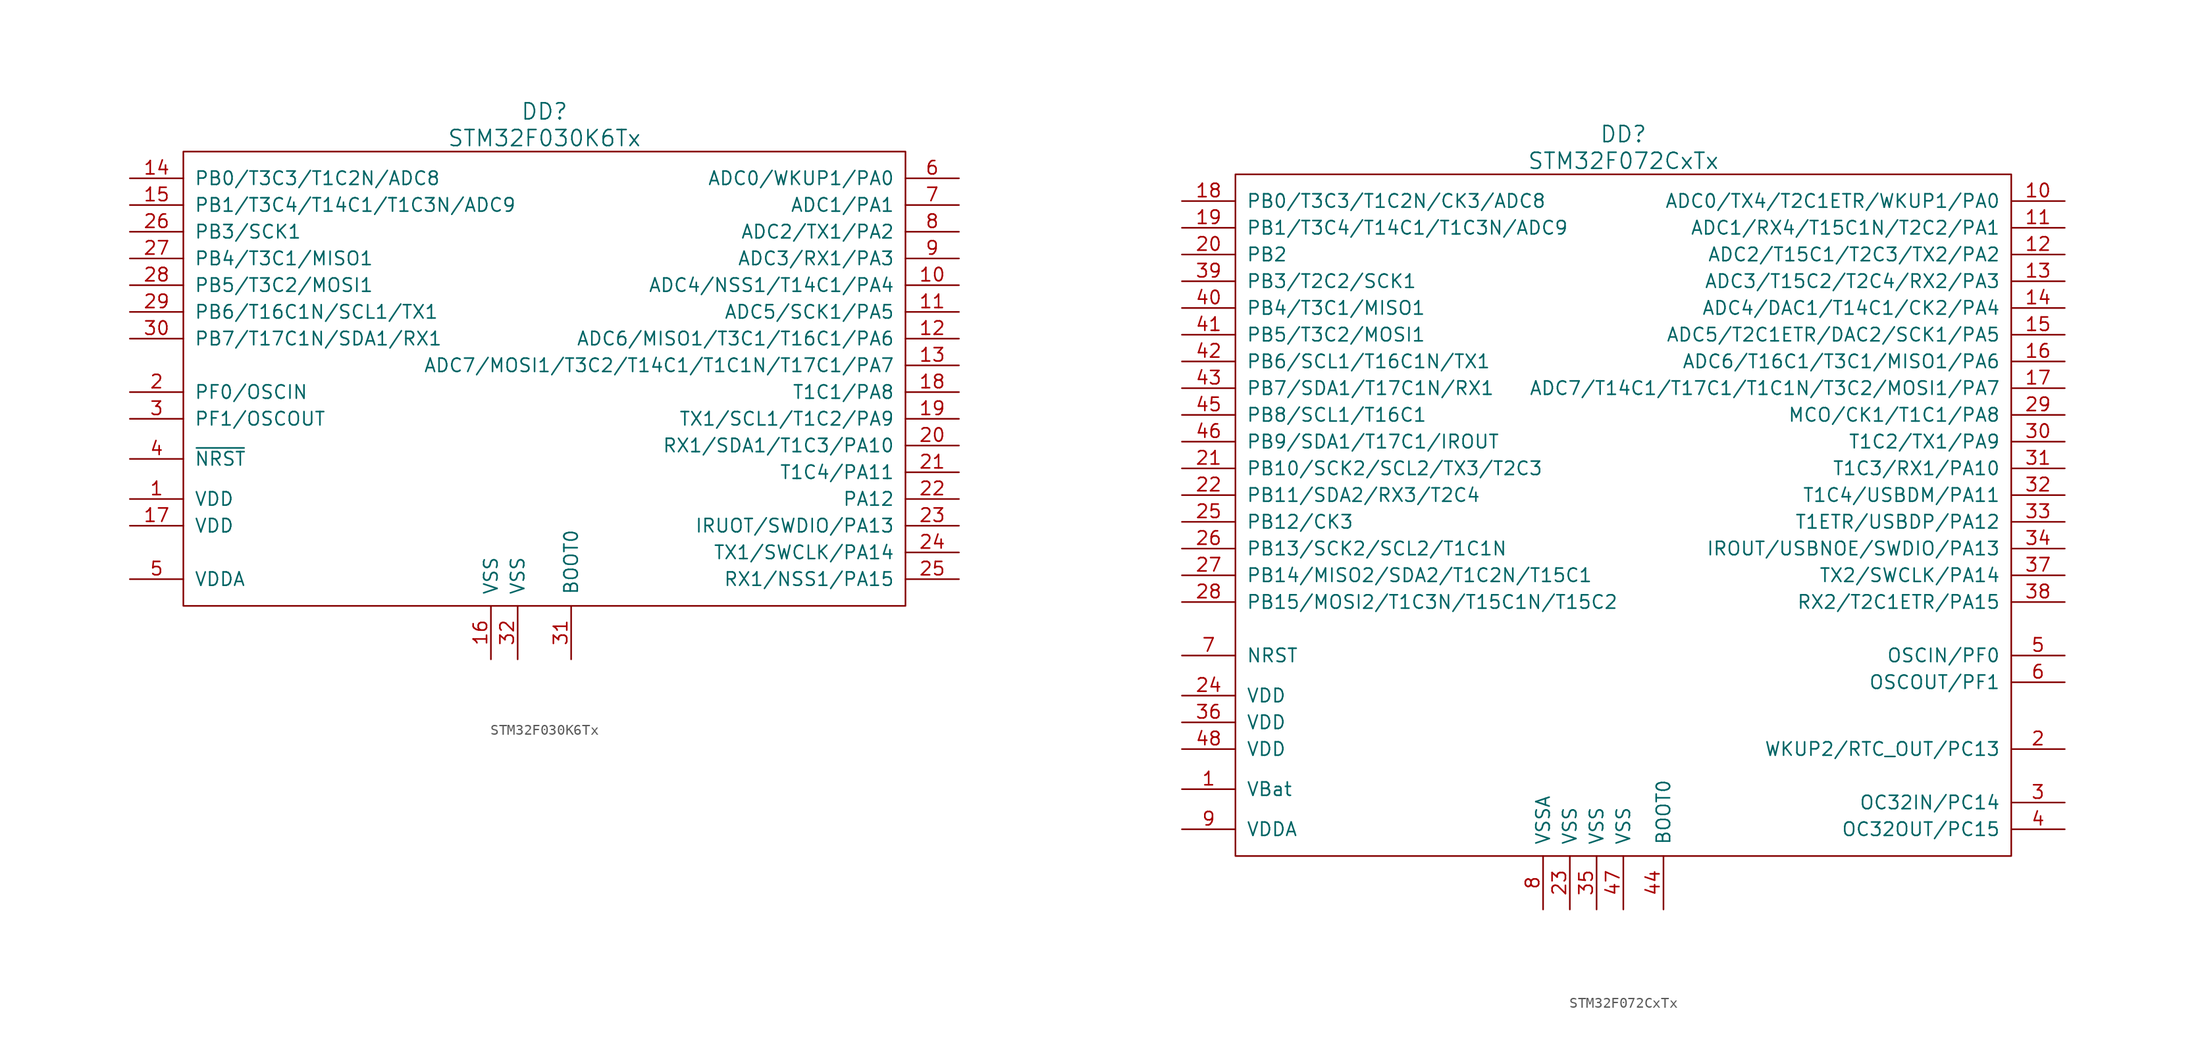
<source format=kicad_sym>
(kicad_symbol_lib
  (version 20220914)
  (generator kicad_symbol_editor)
  (symbol "STM32F030K6Tx"
    (pin_names
      (offset 1.016))
    (property "Reference" "DD"
      (at 0 25.4 0)
      (effects (font (size 1.524 1.524))))
    (property "Value" "STM32F030K6Tx"
      (at 0 22.86 0)
      (effects (font (size 1.524 1.524))))
    (property "Datasheet" ""
      (at 0 -20.32 0)
      (effects (font (size 1.524 1.524))))
    (symbol "STM32F030K6Tx_0_1"
      (rectangle (start -34.29 21.59) (end 34.29 -21.59) (stroke (width 0) (type solid)) (fill (type none))))
    (symbol "STM32F030K6Tx_1_1"
      (pin power_in line (at -39.37 -11.43 0) (length 5.08) (name "VDD" (effects (font (size 1.27 1.27)))) (number "1" (effects (font (size 1.27 1.27)))))
      (pin passive line (at 39.37 8.89 180) (length 5.08) (name "ADC4/NSS1/T14C1/PA4" (effects (font (size 1.27 1.27)))) (number "10" (effects (font (size 1.27 1.27)))))
      (pin passive line (at 39.37 6.35 180) (length 5.08) (name "ADC5/SCK1/PA5" (effects (font (size 1.27 1.27)))) (number "11" (effects (font (size 1.27 1.27)))))
      (pin passive line (at 39.37 3.81 180) (length 5.08) (name "ADC6/MISO1/T3C1/T16C1/PA6" (effects (font (size 1.27 1.27)))) (number "12" (effects (font (size 1.27 1.27)))))
      (pin passive line (at 39.37 1.27 180) (length 5.08) (name "ADC7/MOSI1/T3C2/T14C1/T1C1N/T17C1/PA7" (effects (font (size 1.27 1.27)))) (number "13" (effects (font (size 1.27 1.27)))))
      (pin passive line (at -39.37 19.05 0) (length 5.08) (name "PB0/T3C3/T1C2N/ADC8" (effects (font (size 1.27 1.27)))) (number "14" (effects (font (size 1.27 1.27)))))
      (pin passive line (at -39.37 16.51 0) (length 5.08) (name "PB1/T3C4/T14C1/T1C3N/ADC9" (effects (font (size 1.27 1.27)))) (number "15" (effects (font (size 1.27 1.27)))))
      (pin power_in line (at -5.08 -26.67 90) (length 5.08) (name "VSS" (effects (font (size 1.27 1.27)))) (number "16" (effects (font (size 1.27 1.27)))))
      (pin power_in line (at -39.37 -13.97 0) (length 5.08) (name "VDD" (effects (font (size 1.27 1.27)))) (number "17" (effects (font (size 1.27 1.27)))))
      (pin passive line (at 39.37 -1.27 180) (length 5.08) (name "T1C1/PA8" (effects (font (size 1.27 1.27)))) (number "18" (effects (font (size 1.27 1.27)))))
      (pin passive line (at 39.37 -3.81 180) (length 5.08) (name "TX1/SCL1/T1C2/PA9" (effects (font (size 1.27 1.27)))) (number "19" (effects (font (size 1.27 1.27)))))
      (pin passive line (at -39.37 -1.27 0) (length 5.08) (name "PF0/OSCIN" (effects (font (size 1.27 1.27)))) (number "2" (effects (font (size 1.27 1.27)))))
      (pin passive line (at 39.37 -6.35 180) (length 5.08) (name "RX1/SDA1/T1C3/PA10" (effects (font (size 1.27 1.27)))) (number "20" (effects (font (size 1.27 1.27)))))
      (pin passive line (at 39.37 -8.89 180) (length 5.08) (name "T1C4/PA11" (effects (font (size 1.27 1.27)))) (number "21" (effects (font (size 1.27 1.27)))))
      (pin passive line (at 39.37 -11.43 180) (length 5.08) (name "PA12" (effects (font (size 1.27 1.27)))) (number "22" (effects (font (size 1.27 1.27)))))
      (pin passive line (at 39.37 -13.97 180) (length 5.08) (name "IRUOT/SWDIO/PA13" (effects (font (size 1.27 1.27)))) (number "23" (effects (font (size 1.27 1.27)))))
      (pin passive line (at 39.37 -16.51 180) (length 5.08) (name "TX1/SWCLK/PA14" (effects (font (size 1.27 1.27)))) (number "24" (effects (font (size 1.27 1.27)))))
      (pin passive line (at 39.37 -19.05 180) (length 5.08) (name "RX1/NSS1/PA15" (effects (font (size 1.27 1.27)))) (number "25" (effects (font (size 1.27 1.27)))))
      (pin passive line (at -39.37 13.97 0) (length 5.08) (name "PB3/SCK1" (effects (font (size 1.27 1.27)))) (number "26" (effects (font (size 1.27 1.27)))))
      (pin passive line (at -39.37 11.43 0) (length 5.08) (name "PB4/T3C1/MISO1" (effects (font (size 1.27 1.27)))) (number "27" (effects (font (size 1.27 1.27)))))
      (pin passive line (at -39.37 8.89 0) (length 5.08) (name "PB5/T3C2/MOSI1" (effects (font (size 1.27 1.27)))) (number "28" (effects (font (size 1.27 1.27)))))
      (pin passive line (at -39.37 6.35 0) (length 5.08) (name "PB6/T16C1N/SCL1/TX1" (effects (font (size 1.27 1.27)))) (number "29" (effects (font (size 1.27 1.27)))))
      (pin passive line (at -39.37 -3.81 0) (length 5.08) (name "PF1/OSCOUT" (effects (font (size 1.27 1.27)))) (number "3" (effects (font (size 1.27 1.27)))))
      (pin passive line (at -39.37 3.81 0) (length 5.08) (name "PB7/T17C1N/SDA1/RX1" (effects (font (size 1.27 1.27)))) (number "30" (effects (font (size 1.27 1.27)))))
      (pin passive line (at 2.54 -26.67 90) (length 5.08) (name "BOOT0" (effects (font (size 1.27 1.27)))) (number "31" (effects (font (size 1.27 1.27)))))
      (pin power_in line (at -2.54 -26.67 90) (length 5.08) (name "VSS" (effects (font (size 1.27 1.27)))) (number "32" (effects (font (size 1.27 1.27)))))
      (pin passive line (at -39.37 -7.62 0) (length 5.08) (name "~{NRST}" (effects (font (size 1.27 1.27)))) (number "4" (effects (font (size 1.27 1.27)))))
      (pin power_in line (at -39.37 -19.05 0) (length 5.08) (name "VDDA" (effects (font (size 1.27 1.27)))) (number "5" (effects (font (size 1.27 1.27)))))
      (pin passive line (at 39.37 19.05 180) (length 5.08) (name "ADC0/WKUP1/PA0" (effects (font (size 1.27 1.27)))) (number "6" (effects (font (size 1.27 1.27)))))
      (pin passive line (at 39.37 16.51 180) (length 5.08) (name "ADC1/PA1" (effects (font (size 1.27 1.27)))) (number "7" (effects (font (size 1.27 1.27)))))
      (pin passive line (at 39.37 13.97 180) (length 5.08) (name "ADC2/TX1/PA2" (effects (font (size 1.27 1.27)))) (number "8" (effects (font (size 1.27 1.27)))))
      (pin passive line (at 39.37 11.43 180) (length 5.08) (name "ADC3/RX1/PA3" (effects (font (size 1.27 1.27)))) (number "9" (effects (font (size 1.27 1.27)))))))
  (symbol "STM32F072CxTx"
    (pin_names
      (offset 1.016))
    (property "Reference" "DD"
      (at 0 35.56 0)
      (effects (font (size 1.524 1.524))))
    (property "Value" "STM32F072CxTx"
      (at 0 33.02 0)
      (effects (font (size 1.524 1.524))))
    (symbol "STM32F072CxTx_0_1"
      (rectangle (start -36.83 31.75) (end 36.83 -33.02) (stroke (width 0) (type solid)) (fill (type none))))
    (symbol "STM32F072CxTx_1_1"
      (pin power_in line (at -41.91 -26.67 0) (length 5.08) (name "VBat" (effects (font (size 1.27 1.27)))) (number "1" (effects (font (size 1.27 1.27)))))
      (pin passive line (at 41.91 29.21 180) (length 5.08) (name "ADC0/TX4/T2C1ETR/WKUP1/PA0" (effects (font (size 1.27 1.27)))) (number "10" (effects (font (size 1.27 1.27)))))
      (pin passive line (at 41.91 26.67 180) (length 5.08) (name "ADC1/RX4/T15C1N/T2C2/PA1" (effects (font (size 1.27 1.27)))) (number "11" (effects (font (size 1.27 1.27)))))
      (pin passive line (at 41.91 24.13 180) (length 5.08) (name "ADC2/T15C1/T2C3/TX2/PA2" (effects (font (size 1.27 1.27)))) (number "12" (effects (font (size 1.27 1.27)))))
      (pin passive line (at 41.91 21.59 180) (length 5.08) (name "ADC3/T15C2/T2C4/RX2/PA3" (effects (font (size 1.27 1.27)))) (number "13" (effects (font (size 1.27 1.27)))))
      (pin passive line (at 41.91 19.05 180) (length 5.08) (name "ADC4/DAC1/T14C1/CK2/PA4" (effects (font (size 1.27 1.27)))) (number "14" (effects (font (size 1.27 1.27)))))
      (pin passive line (at 41.91 16.51 180) (length 5.08) (name "ADC5/T2C1ETR/DAC2/SCK1/PA5" (effects (font (size 1.27 1.27)))) (number "15" (effects (font (size 1.27 1.27)))))
      (pin passive line (at 41.91 13.97 180) (length 5.08) (name "ADC6/T16C1/T3C1/MISO1/PA6" (effects (font (size 1.27 1.27)))) (number "16" (effects (font (size 1.27 1.27)))))
      (pin passive line (at 41.91 11.43 180) (length 5.08) (name "ADC7/T14C1/T17C1/T1C1N/T3C2/MOSI1/PA7" (effects (font (size 1.27 1.27)))) (number "17" (effects (font (size 1.27 1.27)))))
      (pin passive line (at -41.91 29.21 0) (length 5.08) (name "PB0/T3C3/T1C2N/CK3/ADC8" (effects (font (size 1.27 1.27)))) (number "18" (effects (font (size 1.27 1.27)))))
      (pin passive line (at -41.91 26.67 0) (length 5.08) (name "PB1/T3C4/T14C1/T1C3N/ADC9" (effects (font (size 1.27 1.27)))) (number "19" (effects (font (size 1.27 1.27)))))
      (pin passive line (at 41.91 -22.86 180) (length 5.08) (name "WKUP2/RTC_OUT/PC13" (effects (font (size 1.27 1.27)))) (number "2" (effects (font (size 1.27 1.27)))))
      (pin passive line (at -41.91 24.13 0) (length 5.08) (name "PB2" (effects (font (size 1.27 1.27)))) (number "20" (effects (font (size 1.27 1.27)))))
      (pin passive line (at -41.91 3.81 0) (length 5.08) (name "PB10/SCK2/SCL2/TX3/T2C3" (effects (font (size 1.27 1.27)))) (number "21" (effects (font (size 1.27 1.27)))))
      (pin passive line (at -41.91 1.27 0) (length 5.08) (name "PB11/SDA2/RX3/T2C4" (effects (font (size 1.27 1.27)))) (number "22" (effects (font (size 1.27 1.27)))))
      (pin power_in line (at -5.08 -38.1 90) (length 5.08) (name "VSS" (effects (font (size 1.27 1.27)))) (number "23" (effects (font (size 1.27 1.27)))))
      (pin power_in line (at -41.91 -17.78 0) (length 5.08) (name "VDD" (effects (font (size 1.27 1.27)))) (number "24" (effects (font (size 1.27 1.27)))))
      (pin passive line (at -41.91 -1.27 0) (length 5.08) (name "PB12/CK3" (effects (font (size 1.27 1.27)))) (number "25" (effects (font (size 1.27 1.27)))))
      (pin passive line (at -41.91 -3.81 0) (length 5.08) (name "PB13/SCK2/SCL2/T1C1N" (effects (font (size 1.27 1.27)))) (number "26" (effects (font (size 1.27 1.27)))))
      (pin passive line (at -41.91 -6.35 0) (length 5.08) (name "PB14/MISO2/SDA2/T1C2N/T15C1" (effects (font (size 1.27 1.27)))) (number "27" (effects (font (size 1.27 1.27)))))
      (pin passive line (at -41.91 -8.89 0) (length 5.08) (name "PB15/MOSI2/T1C3N/T15C1N/T15C2" (effects (font (size 1.27 1.27)))) (number "28" (effects (font (size 1.27 1.27)))))
      (pin passive line (at 41.91 8.89 180) (length 5.08) (name "MCO/CK1/T1C1/PA8" (effects (font (size 1.27 1.27)))) (number "29" (effects (font (size 1.27 1.27)))))
      (pin passive line (at 41.91 -27.94 180) (length 5.08) (name "OC32IN/PC14" (effects (font (size 1.27 1.27)))) (number "3" (effects (font (size 1.27 1.27)))))
      (pin passive line (at 41.91 6.35 180) (length 5.08) (name "T1C2/TX1/PA9" (effects (font (size 1.27 1.27)))) (number "30" (effects (font (size 1.27 1.27)))))
      (pin passive line (at 41.91 3.81 180) (length 5.08) (name "T1C3/RX1/PA10" (effects (font (size 1.27 1.27)))) (number "31" (effects (font (size 1.27 1.27)))))
      (pin passive line (at 41.91 1.27 180) (length 5.08) (name "T1C4/USBDM/PA11" (effects (font (size 1.27 1.27)))) (number "32" (effects (font (size 1.27 1.27)))))
      (pin passive line (at 41.91 -1.27 180) (length 5.08) (name "T1ETR/USBDP/PA12" (effects (font (size 1.27 1.27)))) (number "33" (effects (font (size 1.27 1.27)))))
      (pin passive line (at 41.91 -3.81 180) (length 5.08) (name "IROUT/USBNOE/SWDIO/PA13" (effects (font (size 1.27 1.27)))) (number "34" (effects (font (size 1.27 1.27)))))
      (pin power_in line (at -2.54 -38.1 90) (length 5.08) (name "VSS" (effects (font (size 1.27 1.27)))) (number "35" (effects (font (size 1.27 1.27)))))
      (pin power_in line (at -41.91 -20.32 0) (length 5.08) (name "VDD" (effects (font (size 1.27 1.27)))) (number "36" (effects (font (size 1.27 1.27)))))
      (pin passive line (at 41.91 -6.35 180) (length 5.08) (name "TX2/SWCLK/PA14" (effects (font (size 1.27 1.27)))) (number "37" (effects (font (size 1.27 1.27)))))
      (pin passive line (at 41.91 -8.89 180) (length 5.08) (name "RX2/T2C1ETR/PA15" (effects (font (size 1.27 1.27)))) (number "38" (effects (font (size 1.27 1.27)))))
      (pin passive line (at -41.91 21.59 0) (length 5.08) (name "PB3/T2C2/SCK1" (effects (font (size 1.27 1.27)))) (number "39" (effects (font (size 1.27 1.27)))))
      (pin passive line (at 41.91 -30.48 180) (length 5.08) (name "OC32OUT/PC15" (effects (font (size 1.27 1.27)))) (number "4" (effects (font (size 1.27 1.27)))))
      (pin passive line (at -41.91 19.05 0) (length 5.08) (name "PB4/T3C1/MISO1" (effects (font (size 1.27 1.27)))) (number "40" (effects (font (size 1.27 1.27)))))
      (pin passive line (at -41.91 16.51 0) (length 5.08) (name "PB5/T3C2/MOSI1" (effects (font (size 1.27 1.27)))) (number "41" (effects (font (size 1.27 1.27)))))
      (pin passive line (at -41.91 13.97 0) (length 5.08) (name "PB6/SCL1/T16C1N/TX1" (effects (font (size 1.27 1.27)))) (number "42" (effects (font (size 1.27 1.27)))))
      (pin passive line (at -41.91 11.43 0) (length 5.08) (name "PB7/SDA1/T17C1N/RX1" (effects (font (size 1.27 1.27)))) (number "43" (effects (font (size 1.27 1.27)))))
      (pin passive line (at 3.81 -38.1 90) (length 5.08) (name "BOOT0" (effects (font (size 1.27 1.27)))) (number "44" (effects (font (size 1.27 1.27)))))
      (pin passive line (at -41.91 8.89 0) (length 5.08) (name "PB8/SCL1/T16C1" (effects (font (size 1.27 1.27)))) (number "45" (effects (font (size 1.27 1.27)))))
      (pin passive line (at -41.91 6.35 0) (length 5.08) (name "PB9/SDA1/T17C1/IROUT" (effects (font (size 1.27 1.27)))) (number "46" (effects (font (size 1.27 1.27)))))
      (pin power_in line (at 0 -38.1 90) (length 5.08) (name "VSS" (effects (font (size 1.27 1.27)))) (number "47" (effects (font (size 1.27 1.27)))))
      (pin power_in line (at -41.91 -22.86 0) (length 5.08) (name "VDD" (effects (font (size 1.27 1.27)))) (number "48" (effects (font (size 1.27 1.27)))))
      (pin passive line (at 41.91 -13.97 180) (length 5.08) (name "OSCIN/PF0" (effects (font (size 1.27 1.27)))) (number "5" (effects (font (size 1.27 1.27)))))
      (pin passive line (at 41.91 -16.51 180) (length 5.08) (name "OSCOUT/PF1" (effects (font (size 1.27 1.27)))) (number "6" (effects (font (size 1.27 1.27)))))
      (pin passive line (at -41.91 -13.97 0) (length 5.08) (name "NRST" (effects (font (size 1.27 1.27)))) (number "7" (effects (font (size 1.27 1.27)))))
      (pin power_in line (at -7.62 -38.1 90) (length 5.08) (name "VSSA" (effects (font (size 1.27 1.27)))) (number "8" (effects (font (size 1.27 1.27)))))
      (pin power_in line (at -41.91 -30.48 0) (length 5.08) (name "VDDA" (effects (font (size 1.27 1.27)))) (number "9" (effects (font (size 1.27 1.27))))))))
</source>
